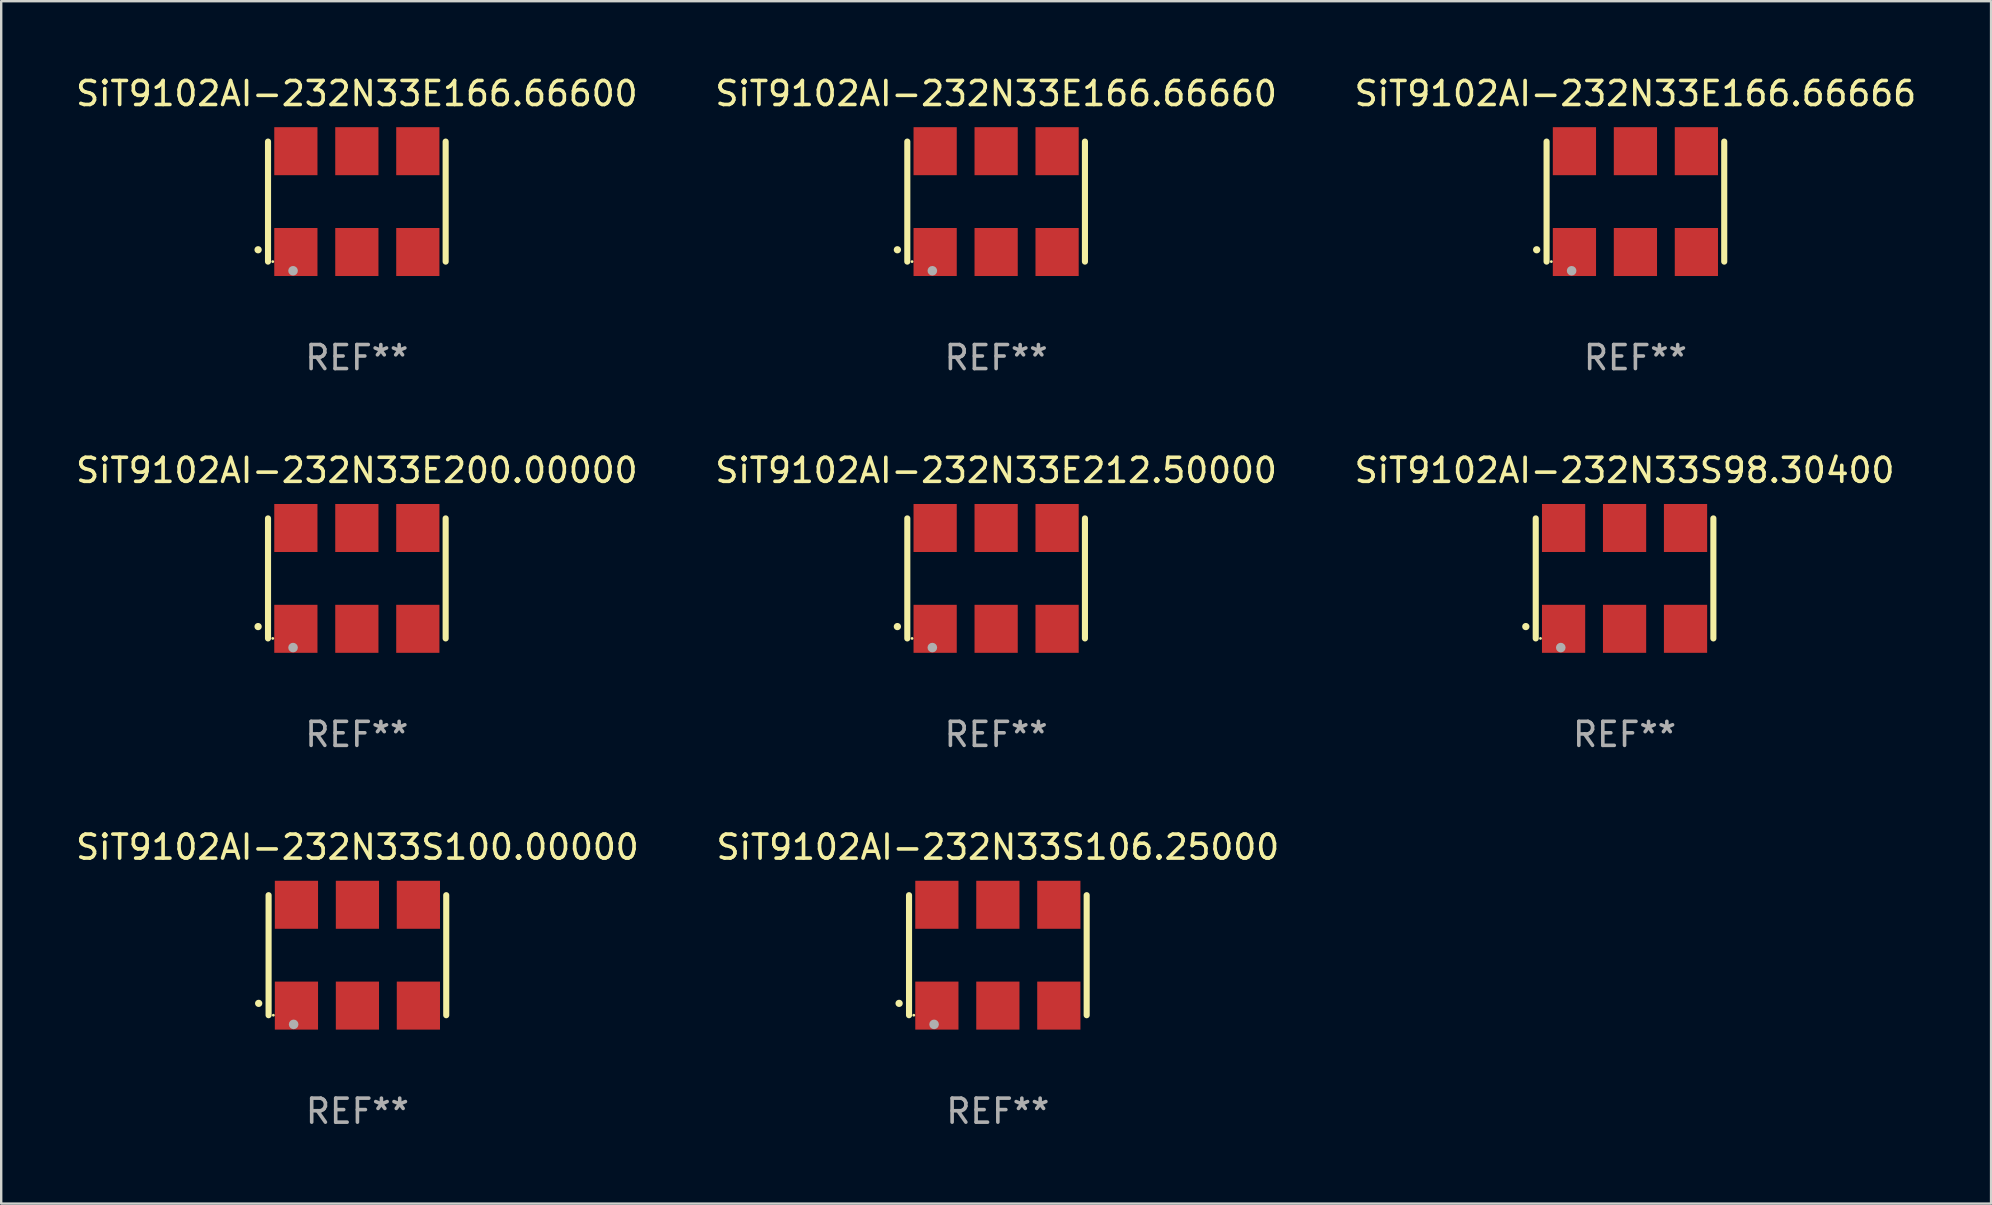
<source format=kicad_pcb>
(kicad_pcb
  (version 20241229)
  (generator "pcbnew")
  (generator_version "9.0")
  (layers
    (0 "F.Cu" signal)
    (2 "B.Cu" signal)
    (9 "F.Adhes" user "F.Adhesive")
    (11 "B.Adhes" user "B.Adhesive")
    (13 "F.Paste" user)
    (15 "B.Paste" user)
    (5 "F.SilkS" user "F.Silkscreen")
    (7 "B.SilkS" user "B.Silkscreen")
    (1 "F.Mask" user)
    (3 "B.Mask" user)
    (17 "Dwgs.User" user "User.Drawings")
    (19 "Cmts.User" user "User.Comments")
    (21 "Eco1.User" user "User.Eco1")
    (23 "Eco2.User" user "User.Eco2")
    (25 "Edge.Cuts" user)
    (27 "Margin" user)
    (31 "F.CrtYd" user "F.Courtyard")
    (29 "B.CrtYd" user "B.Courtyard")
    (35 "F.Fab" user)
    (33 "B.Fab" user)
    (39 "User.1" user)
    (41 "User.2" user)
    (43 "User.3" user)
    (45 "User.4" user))
  (footprint "SiT9102AI-232N33E166.66600"
    (layer "F.Cu")
    (at 11.815 5.348)
    (property "Reference" "SiT9102AI-232N33E166.66600" (at 0 -4.5 0) (layer "F.SilkS") (effects (font (size 1 1) (thickness 0.15))))
    (attr through_hole)
    (fp_line (start -3.7 -2.5) (end -3.7 2.5) (stroke (width 0.254) (type solid)) (layer "F.SilkS"))
    (fp_line (start 3.7 -2.5) (end 3.7 2.5) (stroke (width 0.254) (type solid)) (layer "F.SilkS"))
    (fp_arc (start -4.114415 2.006604) (mid -4.113145 2.006599) (end -4.111875 2.006604) (stroke (width 0.3) (type solid)) (layer "F.SilkS"))
    (fp_circle (center -3.502 2.5) (end -3.472 2.5) (stroke (width 0.06) (type solid)) (fill no) (layer "F.SilkS"))
    (fp_circle (center -2.657 2.882) (end -2.557 2.882) (stroke (width 0.2) (type solid)) (fill no) (layer "F.Fab"))
    (fp_text user "REF**" (at 0 6.5 0) (layer "F.Fab") (effects (font (size 1 1) (thickness 0.15))))
    (pad "1" smd rect (at -2.54 2.1) (size 1.8 2) (layers "F.Cu" "F.Mask" "F.Paste"))
    (pad "2" smd rect (at 0.000394 2.1) (size 1.8 2) (layers "F.Cu" "F.Mask" "F.Paste"))
    (pad "3" smd rect (at 2.54 2.1) (size 1.8 2) (layers "F.Cu" "F.Mask" "F.Paste"))
    (pad "4" smd rect (at 2.54 -2.1) (size 1.8 2) (layers "F.Cu" "F.Mask" "F.Paste"))
    (pad "5" smd rect (at 0.000394 -2.1) (size 1.8 2) (layers "F.Cu" "F.Mask" "F.Paste"))
    (pad "6" smd rect (at -2.54 -2.1) (size 1.8 2) (layers "F.Cu" "F.Mask" "F.Paste")))
  (footprint "SiT9102AI-232N33E200.00000"
    (layer "F.Cu")
    (at 11.815 21.045)
    (property "Reference" "SiT9102AI-232N33E200.00000" (at 0 -4.5 0) (layer "F.SilkS") (effects (font (size 1 1) (thickness 0.15))))
    (attr through_hole)
    (fp_line (start -3.7 -2.5) (end -3.7 2.5) (stroke (width 0.254) (type solid)) (layer "F.SilkS"))
    (fp_line (start 3.7 -2.5) (end 3.7 2.5) (stroke (width 0.254) (type solid)) (layer "F.SilkS"))
    (fp_arc (start -4.114415 2.006604) (mid -4.113145 2.006599) (end -4.111875 2.006604) (stroke (width 0.3) (type solid)) (layer "F.SilkS"))
    (fp_circle (center -3.502 2.5) (end -3.472 2.5) (stroke (width 0.06) (type solid)) (fill no) (layer "F.SilkS"))
    (fp_circle (center -2.657 2.882) (end -2.557 2.882) (stroke (width 0.2) (type solid)) (fill no) (layer "F.Fab"))
    (fp_text user "REF**" (at 0 6.5 0) (layer "F.Fab") (effects (font (size 1 1) (thickness 0.15))))
    (pad "1" smd rect (at -2.54 2.1) (size 1.8 2) (layers "F.Cu" "F.Mask" "F.Paste"))
    (pad "2" smd rect (at 0.000394 2.1) (size 1.8 2) (layers "F.Cu" "F.Mask" "F.Paste"))
    (pad "3" smd rect (at 2.54 2.1) (size 1.8 2) (layers "F.Cu" "F.Mask" "F.Paste"))
    (pad "4" smd rect (at 2.54 -2.1) (size 1.8 2) (layers "F.Cu" "F.Mask" "F.Paste"))
    (pad "5" smd rect (at 0.000394 -2.1) (size 1.8 2) (layers "F.Cu" "F.Mask" "F.Paste"))
    (pad "6" smd rect (at -2.54 -2.1) (size 1.8 2) (layers "F.Cu" "F.Mask" "F.Paste")))
  (footprint "SiT9102AI-232N33E212.50000"
    (layer "F.Cu")
    (at 38.446 21.045)
    (property "Reference" "SiT9102AI-232N33E212.50000" (at 0 -4.5 0) (layer "F.SilkS") (effects (font (size 1 1) (thickness 0.15))))
    (attr through_hole)
    (fp_line (start -3.7 -2.5) (end -3.7 2.5) (stroke (width 0.254) (type solid)) (layer "F.SilkS"))
    (fp_line (start 3.7 -2.5) (end 3.7 2.5) (stroke (width 0.254) (type solid)) (layer "F.SilkS"))
    (fp_arc (start -4.114415 2.006604) (mid -4.113145 2.006599) (end -4.111875 2.006604) (stroke (width 0.3) (type solid)) (layer "F.SilkS"))
    (fp_circle (center -3.502 2.5) (end -3.472 2.5) (stroke (width 0.06) (type solid)) (fill no) (layer "F.SilkS"))
    (fp_circle (center -2.657 2.882) (end -2.557 2.882) (stroke (width 0.2) (type solid)) (fill no) (layer "F.Fab"))
    (fp_text user "REF**" (at 0 6.5 0) (layer "F.Fab") (effects (font (size 1 1) (thickness 0.15))))
    (pad "1" smd rect (at -2.54 2.1) (size 1.8 2) (layers "F.Cu" "F.Mask" "F.Paste"))
    (pad "2" smd rect (at 0.000394 2.1) (size 1.8 2) (layers "F.Cu" "F.Mask" "F.Paste"))
    (pad "3" smd rect (at 2.54 2.1) (size 1.8 2) (layers "F.Cu" "F.Mask" "F.Paste"))
    (pad "4" smd rect (at 2.54 -2.1) (size 1.8 2) (layers "F.Cu" "F.Mask" "F.Paste"))
    (pad "5" smd rect (at 0.000394 -2.1) (size 1.8 2) (layers "F.Cu" "F.Mask" "F.Paste"))
    (pad "6" smd rect (at -2.54 -2.1) (size 1.8 2) (layers "F.Cu" "F.Mask" "F.Paste")))
  (footprint "SiT9102AI-232N33E166.66660"
    (layer "F.Cu")
    (at 38.446 5.348)
    (property "Reference" "SiT9102AI-232N33E166.66660" (at 0 -4.5 0) (layer "F.SilkS") (effects (font (size 1 1) (thickness 0.15))))
    (attr through_hole)
    (fp_line (start -3.7 -2.5) (end -3.7 2.5) (stroke (width 0.254) (type solid)) (layer "F.SilkS"))
    (fp_line (start 3.7 -2.5) (end 3.7 2.5) (stroke (width 0.254) (type solid)) (layer "F.SilkS"))
    (fp_arc (start -4.114415 2.006604) (mid -4.113145 2.006599) (end -4.111875 2.006604) (stroke (width 0.3) (type solid)) (layer "F.SilkS"))
    (fp_circle (center -3.502 2.5) (end -3.472 2.5) (stroke (width 0.06) (type solid)) (fill no) (layer "F.SilkS"))
    (fp_circle (center -2.657 2.882) (end -2.557 2.882) (stroke (width 0.2) (type solid)) (fill no) (layer "F.Fab"))
    (fp_text user "REF**" (at 0 6.5 0) (layer "F.Fab") (effects (font (size 1 1) (thickness 0.15))))
    (pad "1" smd rect (at -2.54 2.1) (size 1.8 2) (layers "F.Cu" "F.Mask" "F.Paste"))
    (pad "2" smd rect (at 0.000394 2.1) (size 1.8 2) (layers "F.Cu" "F.Mask" "F.Paste"))
    (pad "3" smd rect (at 2.54 2.1) (size 1.8 2) (layers "F.Cu" "F.Mask" "F.Paste"))
    (pad "4" smd rect (at 2.54 -2.1) (size 1.8 2) (layers "F.Cu" "F.Mask" "F.Paste"))
    (pad "5" smd rect (at 0.000394 -2.1) (size 1.8 2) (layers "F.Cu" "F.Mask" "F.Paste"))
    (pad "6" smd rect (at -2.54 -2.1) (size 1.8 2) (layers "F.Cu" "F.Mask" "F.Paste")))
  (footprint "SiT9102AI-232N33S106.25000"
    (layer "F.Cu")
    (at 38.518 36.741)
    (property "Reference" "SiT9102AI-232N33S106.25000" (at 0 -4.5 0) (layer "F.SilkS") (effects (font (size 1 1) (thickness 0.15))))
    (attr through_hole)
    (fp_line (start -3.7 -2.5) (end -3.7 2.5) (stroke (width 0.254) (type solid)) (layer "F.SilkS"))
    (fp_line (start 3.7 -2.5) (end 3.7 2.5) (stroke (width 0.254) (type solid)) (layer "F.SilkS"))
    (fp_arc (start -4.114415 2.006604) (mid -4.113145 2.006599) (end -4.111875 2.006604) (stroke (width 0.3) (type solid)) (layer "F.SilkS"))
    (fp_circle (center -3.502 2.5) (end -3.472 2.5) (stroke (width 0.06) (type solid)) (fill no) (layer "F.SilkS"))
    (fp_circle (center -2.657 2.882) (end -2.557 2.882) (stroke (width 0.2) (type solid)) (fill no) (layer "F.Fab"))
    (fp_text user "REF**" (at 0 6.5 0) (layer "F.Fab") (effects (font (size 1 1) (thickness 0.15))))
    (pad "1" smd rect (at -2.54 2.1) (size 1.8 2) (layers "F.Cu" "F.Mask" "F.Paste"))
    (pad "2" smd rect (at 0.000394 2.1) (size 1.8 2) (layers "F.Cu" "F.Mask" "F.Paste"))
    (pad "3" smd rect (at 2.54 2.1) (size 1.8 2) (layers "F.Cu" "F.Mask" "F.Paste"))
    (pad "4" smd rect (at 2.54 -2.1) (size 1.8 2) (layers "F.Cu" "F.Mask" "F.Paste"))
    (pad "5" smd rect (at 0.000394 -2.1) (size 1.8 2) (layers "F.Cu" "F.Mask" "F.Paste"))
    (pad "6" smd rect (at -2.54 -2.1) (size 1.8 2) (layers "F.Cu" "F.Mask" "F.Paste")))
  (footprint "SiT9102AI-232N33S98.30400"
    (layer "F.Cu")
    (at 64.625 21.045)
    (property "Reference" "SiT9102AI-232N33S98.30400" (at 0 -4.5 0) (layer "F.SilkS") (effects (font (size 1 1) (thickness 0.15))))
    (attr through_hole)
    (fp_line (start -3.7 -2.5) (end -3.7 2.5) (stroke (width 0.254) (type solid)) (layer "F.SilkS"))
    (fp_line (start 3.7 -2.5) (end 3.7 2.5) (stroke (width 0.254) (type solid)) (layer "F.SilkS"))
    (fp_arc (start -4.114415 2.006604) (mid -4.113145 2.006599) (end -4.111875 2.006604) (stroke (width 0.3) (type solid)) (layer "F.SilkS"))
    (fp_circle (center -3.502 2.5) (end -3.472 2.5) (stroke (width 0.06) (type solid)) (fill no) (layer "F.SilkS"))
    (fp_circle (center -2.657 2.882) (end -2.557 2.882) (stroke (width 0.2) (type solid)) (fill no) (layer "F.Fab"))
    (fp_text user "REF**" (at 0 6.5 0) (layer "F.Fab") (effects (font (size 1 1) (thickness 0.15))))
    (pad "1" smd rect (at -2.54 2.1) (size 1.8 2) (layers "F.Cu" "F.Mask" "F.Paste"))
    (pad "2" smd rect (at 0.000394 2.1) (size 1.8 2) (layers "F.Cu" "F.Mask" "F.Paste"))
    (pad "3" smd rect (at 2.54 2.1) (size 1.8 2) (layers "F.Cu" "F.Mask" "F.Paste"))
    (pad "4" smd rect (at 2.54 -2.1) (size 1.8 2) (layers "F.Cu" "F.Mask" "F.Paste"))
    (pad "5" smd rect (at 0.000394 -2.1) (size 1.8 2) (layers "F.Cu" "F.Mask" "F.Paste"))
    (pad "6" smd rect (at -2.54 -2.1) (size 1.8 2) (layers "F.Cu" "F.Mask" "F.Paste")))
  (footprint "SiT9102AI-232N33S100.00000"
    (layer "F.Cu")
    (at 11.839 36.741)
    (property "Reference" "SiT9102AI-232N33S100.00000" (at 0 -4.5 0) (layer "F.SilkS") (effects (font (size 1 1) (thickness 0.15))))
    (attr through_hole)
    (fp_line (start -3.7 -2.5) (end -3.7 2.5) (stroke (width 0.254) (type solid)) (layer "F.SilkS"))
    (fp_line (start 3.7 -2.5) (end 3.7 2.5) (stroke (width 0.254) (type solid)) (layer "F.SilkS"))
    (fp_arc (start -4.114415 2.006604) (mid -4.113145 2.006599) (end -4.111875 2.006604) (stroke (width 0.3) (type solid)) (layer "F.SilkS"))
    (fp_circle (center -3.502 2.5) (end -3.472 2.5) (stroke (width 0.06) (type solid)) (fill no) (layer "F.SilkS"))
    (fp_circle (center -2.657 2.882) (end -2.557 2.882) (stroke (width 0.2) (type solid)) (fill no) (layer "F.Fab"))
    (fp_text user "REF**" (at 0 6.5 0) (layer "F.Fab") (effects (font (size 1 1) (thickness 0.15))))
    (pad "1" smd rect (at -2.54 2.1) (size 1.8 2) (layers "F.Cu" "F.Mask" "F.Paste"))
    (pad "2" smd rect (at 0.000394 2.1) (size 1.8 2) (layers "F.Cu" "F.Mask" "F.Paste"))
    (pad "3" smd rect (at 2.54 2.1) (size 1.8 2) (layers "F.Cu" "F.Mask" "F.Paste"))
    (pad "4" smd rect (at 2.54 -2.1) (size 1.8 2) (layers "F.Cu" "F.Mask" "F.Paste"))
    (pad "5" smd rect (at 0.000394 -2.1) (size 1.8 2) (layers "F.Cu" "F.Mask" "F.Paste"))
    (pad "6" smd rect (at -2.54 -2.1) (size 1.8 2) (layers "F.Cu" "F.Mask" "F.Paste")))
  (footprint "SiT9102AI-232N33E166.66666"
    (layer "F.Cu")
    (at 65.077 5.348)
    (property "Reference" "SiT9102AI-232N33E166.66666" (at 0 -4.5 0) (layer "F.SilkS") (effects (font (size 1 1) (thickness 0.15))))
    (attr through_hole)
    (fp_line (start -3.7 -2.5) (end -3.7 2.5) (stroke (width 0.254) (type solid)) (layer "F.SilkS"))
    (fp_line (start 3.7 -2.5) (end 3.7 2.5) (stroke (width 0.254) (type solid)) (layer "F.SilkS"))
    (fp_arc (start -4.114415 2.006604) (mid -4.113145 2.006599) (end -4.111875 2.006604) (stroke (width 0.3) (type solid)) (layer "F.SilkS"))
    (fp_circle (center -3.502 2.5) (end -3.472 2.5) (stroke (width 0.06) (type solid)) (fill no) (layer "F.SilkS"))
    (fp_circle (center -2.657 2.882) (end -2.557 2.882) (stroke (width 0.2) (type solid)) (fill no) (layer "F.Fab"))
    (fp_text user "REF**" (at 0 6.5 0) (layer "F.Fab") (effects (font (size 1 1) (thickness 0.15))))
    (pad "1" smd rect (at -2.54 2.1) (size 1.8 2) (layers "F.Cu" "F.Mask" "F.Paste"))
    (pad "2" smd rect (at 0.000394 2.1) (size 1.8 2) (layers "F.Cu" "F.Mask" "F.Paste"))
    (pad "3" smd rect (at 2.54 2.1) (size 1.8 2) (layers "F.Cu" "F.Mask" "F.Paste"))
    (pad "4" smd rect (at 2.54 -2.1) (size 1.8 2) (layers "F.Cu" "F.Mask" "F.Paste"))
    (pad "5" smd rect (at 0.000394 -2.1) (size 1.8 2) (layers "F.Cu" "F.Mask" "F.Paste"))
    (pad "6" smd rect (at -2.54 -2.1) (size 1.8 2) (layers "F.Cu" "F.Mask" "F.Paste")))
  (gr_rect
    (start -3 -3)
    (end 79.893 47.09)
    (stroke (width 0.1) (type default))
    (fill no)
    (layer "Edge.Cuts")))
</source>
